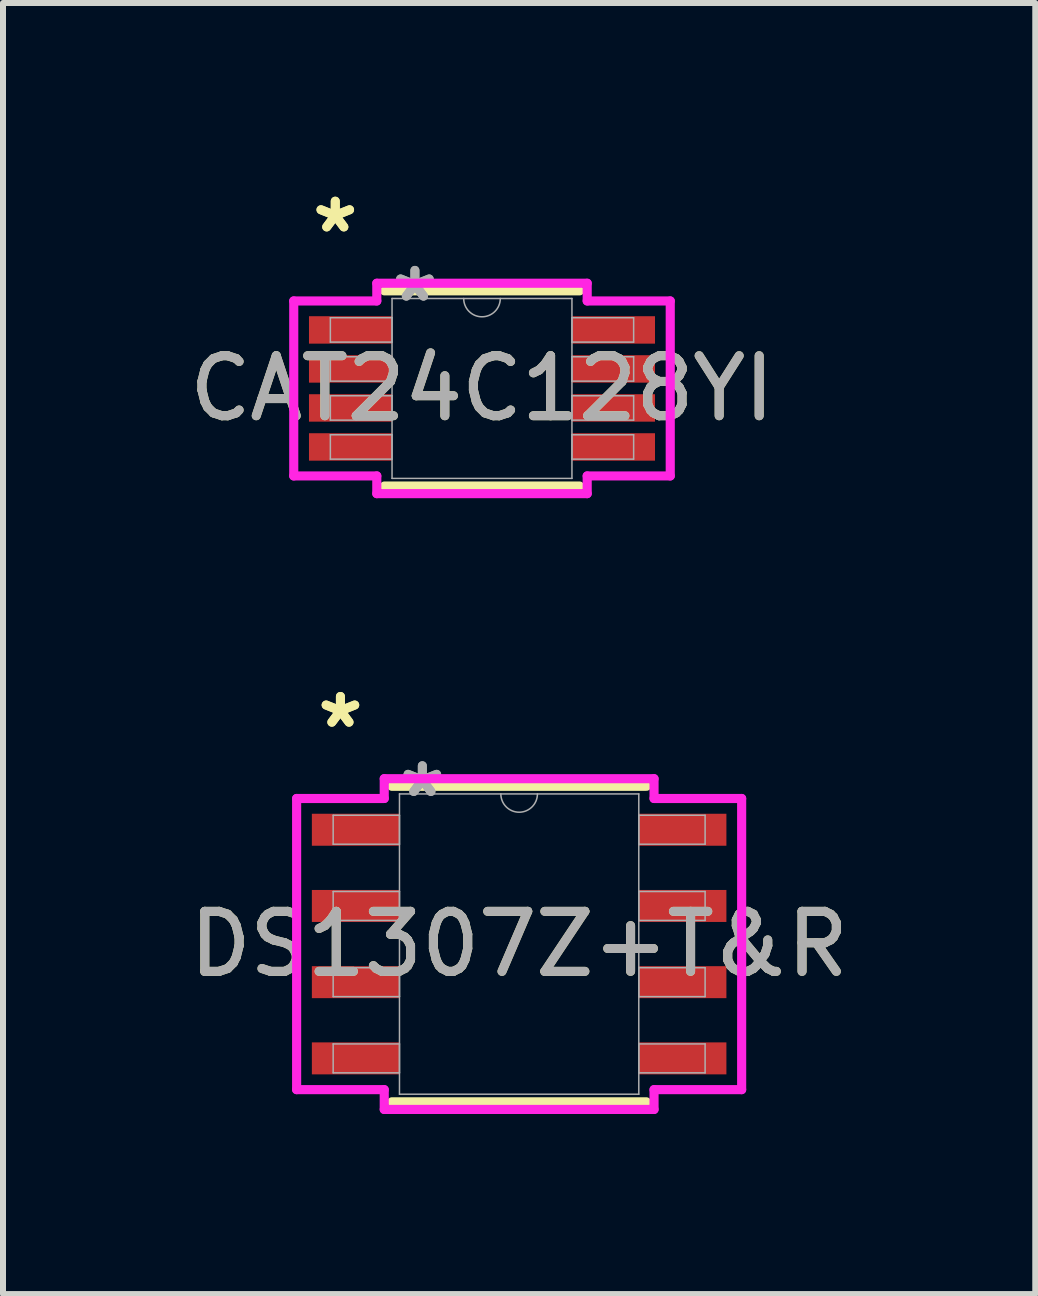
<source format=kicad_pcb>
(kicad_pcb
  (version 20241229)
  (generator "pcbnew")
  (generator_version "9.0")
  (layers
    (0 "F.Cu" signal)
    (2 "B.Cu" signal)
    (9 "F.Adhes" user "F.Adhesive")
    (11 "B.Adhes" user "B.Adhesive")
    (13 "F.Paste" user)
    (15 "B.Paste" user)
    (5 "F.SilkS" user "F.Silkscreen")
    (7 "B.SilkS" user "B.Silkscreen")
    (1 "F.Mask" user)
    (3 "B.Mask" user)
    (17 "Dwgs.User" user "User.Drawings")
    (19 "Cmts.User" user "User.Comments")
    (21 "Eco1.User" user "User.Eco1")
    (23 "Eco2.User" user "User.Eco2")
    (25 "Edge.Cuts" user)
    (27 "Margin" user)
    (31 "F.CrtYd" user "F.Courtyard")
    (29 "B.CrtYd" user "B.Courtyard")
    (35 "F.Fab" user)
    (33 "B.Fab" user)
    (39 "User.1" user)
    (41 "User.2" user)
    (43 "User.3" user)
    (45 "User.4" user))
  (footprint "CAT24C128YI"
    (layer "F.Cu")
    (at 4.982 3.423)
    (property "Reference" "CAT24C128YI" (at 0 0 0) (unlocked yes) (layer "F.SilkS") (effects (font (size 1 1) (thickness 0.15))))
    (attr smd)
    (fp_line (start -1.626 1.626) (end 1.626 1.626) (stroke (width 0.152) (type solid)) (layer "F.SilkS"))
    (fp_line (start 1.626 -1.626) (end -1.626 -1.626) (stroke (width 0.152) (type solid)) (layer "F.SilkS"))
    (fp_line (start -3.137 -1.458) (end -1.753 -1.458) (stroke (width 0.152) (type solid)) (layer "F.CrtYd"))
    (fp_line (start -3.137 1.458) (end -3.137 -1.458) (stroke (width 0.152) (type solid)) (layer "F.CrtYd"))
    (fp_line (start -3.137 1.458) (end -1.753 1.458) (stroke (width 0.152) (type solid)) (layer "F.CrtYd"))
    (fp_line (start -1.753 -1.753) (end 1.753 -1.753) (stroke (width 0.152) (type solid)) (layer "F.CrtYd"))
    (fp_line (start -1.753 -1.458) (end -1.753 -1.753) (stroke (width 0.152) (type solid)) (layer "F.CrtYd"))
    (fp_line (start -1.753 1.753) (end -1.753 1.458) (stroke (width 0.152) (type solid)) (layer "F.CrtYd"))
    (fp_line (start 1.753 -1.753) (end 1.753 -1.458) (stroke (width 0.152) (type solid)) (layer "F.CrtYd"))
    (fp_line (start 1.753 1.458) (end 1.753 1.753) (stroke (width 0.152) (type solid)) (layer "F.CrtYd"))
    (fp_line (start 1.753 1.753) (end -1.753 1.753) (stroke (width 0.152) (type solid)) (layer "F.CrtYd"))
    (fp_line (start 3.137 -1.458) (end 1.753 -1.458) (stroke (width 0.152) (type solid)) (layer "F.CrtYd"))
    (fp_line (start 3.137 -1.458) (end 3.137 1.458) (stroke (width 0.152) (type solid)) (layer "F.CrtYd"))
    (fp_line (start 3.137 1.458) (end 1.753 1.458) (stroke (width 0.152) (type solid)) (layer "F.CrtYd"))
    (fp_line (start -2.527 -1.178) (end -2.527 -0.772) (stroke (width 0.025) (type solid)) (layer "F.Fab"))
    (fp_line (start -2.527 -0.772) (end -1.499 -0.772) (stroke (width 0.025) (type solid)) (layer "F.Fab"))
    (fp_line (start -2.527 -0.528) (end -2.527 -0.122) (stroke (width 0.025) (type solid)) (layer "F.Fab"))
    (fp_line (start -2.527 -0.122) (end -1.499 -0.122) (stroke (width 0.025) (type solid)) (layer "F.Fab"))
    (fp_line (start -2.527 0.122) (end -2.527 0.528) (stroke (width 0.025) (type solid)) (layer "F.Fab"))
    (fp_line (start -2.527 0.528) (end -1.499 0.528) (stroke (width 0.025) (type solid)) (layer "F.Fab"))
    (fp_line (start -2.527 0.772) (end -2.527 1.178) (stroke (width 0.025) (type solid)) (layer "F.Fab"))
    (fp_line (start -2.527 1.178) (end -1.499 1.178) (stroke (width 0.025) (type solid)) (layer "F.Fab"))
    (fp_line (start -1.499 -1.499) (end -1.499 1.499) (stroke (width 0.025) (type solid)) (layer "F.Fab"))
    (fp_line (start -1.499 -1.178) (end -2.527 -1.178) (stroke (width 0.025) (type solid)) (layer "F.Fab"))
    (fp_line (start -1.499 -0.772) (end -1.499 -1.178) (stroke (width 0.025) (type solid)) (layer "F.Fab"))
    (fp_line (start -1.499 -0.528) (end -2.527 -0.528) (stroke (width 0.025) (type solid)) (layer "F.Fab"))
    (fp_line (start -1.499 -0.122) (end -1.499 -0.528) (stroke (width 0.025) (type solid)) (layer "F.Fab"))
    (fp_line (start -1.499 0.122) (end -2.527 0.122) (stroke (width 0.025) (type solid)) (layer "F.Fab"))
    (fp_line (start -1.499 0.528) (end -1.499 0.122) (stroke (width 0.025) (type solid)) (layer "F.Fab"))
    (fp_line (start -1.499 0.772) (end -2.527 0.772) (stroke (width 0.025) (type solid)) (layer "F.Fab"))
    (fp_line (start -1.499 1.178) (end -1.499 0.772) (stroke (width 0.025) (type solid)) (layer "F.Fab"))
    (fp_line (start -1.499 1.499) (end 1.499 1.499) (stroke (width 0.025) (type solid)) (layer "F.Fab"))
    (fp_line (start 1.499 -1.499) (end -1.499 -1.499) (stroke (width 0.025) (type solid)) (layer "F.Fab"))
    (fp_line (start 1.499 -1.178) (end 1.499 -0.772) (stroke (width 0.025) (type solid)) (layer "F.Fab"))
    (fp_line (start 1.499 -0.772) (end 2.527 -0.772) (stroke (width 0.025) (type solid)) (layer "F.Fab"))
    (fp_line (start 1.499 -0.528) (end 1.499 -0.122) (stroke (width 0.025) (type solid)) (layer "F.Fab"))
    (fp_line (start 1.499 -0.122) (end 2.527 -0.122) (stroke (width 0.025) (type solid)) (layer "F.Fab"))
    (fp_line (start 1.499 0.122) (end 1.499 0.528) (stroke (width 0.025) (type solid)) (layer "F.Fab"))
    (fp_line (start 1.499 0.528) (end 2.527 0.528) (stroke (width 0.025) (type solid)) (layer "F.Fab"))
    (fp_line (start 1.499 0.772) (end 1.499 1.178) (stroke (width 0.025) (type solid)) (layer "F.Fab"))
    (fp_line (start 1.499 1.178) (end 2.527 1.178) (stroke (width 0.025) (type solid)) (layer "F.Fab"))
    (fp_line (start 1.499 1.499) (end 1.499 -1.499) (stroke (width 0.025) (type solid)) (layer "F.Fab"))
    (fp_line (start 2.527 -1.178) (end 1.499 -1.178) (stroke (width 0.025) (type solid)) (layer "F.Fab"))
    (fp_line (start 2.527 -0.772) (end 2.527 -1.178) (stroke (width 0.025) (type solid)) (layer "F.Fab"))
    (fp_line (start 2.527 -0.528) (end 1.499 -0.528) (stroke (width 0.025) (type solid)) (layer "F.Fab"))
    (fp_line (start 2.527 -0.122) (end 2.527 -0.528) (stroke (width 0.025) (type solid)) (layer "F.Fab"))
    (fp_line (start 2.527 0.122) (end 1.499 0.122) (stroke (width 0.025) (type solid)) (layer "F.Fab"))
    (fp_line (start 2.527 0.528) (end 2.527 0.122) (stroke (width 0.025) (type solid)) (layer "F.Fab"))
    (fp_line (start 2.527 0.772) (end 1.499 0.772) (stroke (width 0.025) (type solid)) (layer "F.Fab"))
    (fp_line (start 2.527 1.178) (end 2.527 0.772) (stroke (width 0.025) (type solid)) (layer "F.Fab"))
    (fp_arc (start 0.3048 -1.4986) (mid 0 -1.1938) (end -0.3048 -1.4986) (stroke (width 0.0254) (type solid)) (layer "F.Fab"))
    (fp_text user "*" (at -2.445 -2.575 0) (unlocked yes) (layer "F.SilkS") (effects (font (size 1 1) (thickness 0.15))))
    (fp_text user "*" (at -2.445 -2.575 0) (layer "F.SilkS") (effects (font (size 1 1) (thickness 0.15))))
    (fp_text user "${REFERENCE}" (at 0 0 0) (unlocked yes) (layer "F.Fab") (effects (font (size 1 1) (thickness 0.15))))
    (fp_text user "*" (at -1.118 -1.422 0) (unlocked yes) (layer "F.Fab") (effects (font (size 1 1) (thickness 0.15))))
    (fp_text user "*" (at -1.118 -1.422 0) (layer "F.Fab") (effects (font (size 1 1) (thickness 0.15))))
    (pad "1" smd rect (at -2.191 -0.975) (size 1.384 0.457) (layers "F.Cu" "F.Mask" "F.Paste"))
    (pad "2" smd rect (at -2.191 -0.325) (size 1.384 0.457) (layers "F.Cu" "F.Mask" "F.Paste"))
    (pad "3" smd rect (at -2.191 0.325) (size 1.384 0.457) (layers "F.Cu" "F.Mask" "F.Paste"))
    (pad "4" smd rect (at -2.191 0.975) (size 1.384 0.457) (layers "F.Cu" "F.Mask" "F.Paste"))
    (pad "5" smd rect (at 2.191 0.975) (size 1.384 0.457) (layers "F.Cu" "F.Mask" "F.Paste"))
    (pad "6" smd rect (at 2.191 0.325) (size 1.384 0.457) (layers "F.Cu" "F.Mask" "F.Paste"))
    (pad "7" smd rect (at 2.191 -0.325) (size 1.384 0.457) (layers "F.Cu" "F.Mask" "F.Paste"))
    (pad "8" smd rect (at 2.191 -0.975) (size 1.384 0.457) (layers "F.Cu" "F.Mask" "F.Paste")))
  (footprint "DS1307Z+T&R"
    (layer "F.Cu")
    (at 5.601 12.682)
    (property "Reference" "DS1307Z+T&R" (at 0 0 0) (unlocked yes) (layer "F.SilkS") (effects (font (size 1 1) (thickness 0.15))))
    (attr smd)
    (fp_line (start -2.121 2.629) (end 2.121 2.629) (stroke (width 0.152) (type solid)) (layer "F.SilkS"))
    (fp_line (start 2.121 -2.629) (end -2.121 -2.629) (stroke (width 0.152) (type solid)) (layer "F.SilkS"))
    (fp_line (start -3.708 -2.426) (end -2.248 -2.426) (stroke (width 0.152) (type solid)) (layer "F.CrtYd"))
    (fp_line (start -3.708 2.426) (end -3.708 -2.426) (stroke (width 0.152) (type solid)) (layer "F.CrtYd"))
    (fp_line (start -3.708 2.426) (end -2.248 2.426) (stroke (width 0.152) (type solid)) (layer "F.CrtYd"))
    (fp_line (start -2.248 -2.756) (end 2.248 -2.756) (stroke (width 0.152) (type solid)) (layer "F.CrtYd"))
    (fp_line (start -2.248 -2.426) (end -2.248 -2.756) (stroke (width 0.152) (type solid)) (layer "F.CrtYd"))
    (fp_line (start -2.248 2.756) (end -2.248 2.426) (stroke (width 0.152) (type solid)) (layer "F.CrtYd"))
    (fp_line (start 2.248 -2.756) (end 2.248 -2.426) (stroke (width 0.152) (type solid)) (layer "F.CrtYd"))
    (fp_line (start 2.248 2.426) (end 2.248 2.756) (stroke (width 0.152) (type solid)) (layer "F.CrtYd"))
    (fp_line (start 2.248 2.756) (end -2.248 2.756) (stroke (width 0.152) (type solid)) (layer "F.CrtYd"))
    (fp_line (start 3.708 -2.426) (end 2.248 -2.426) (stroke (width 0.152) (type solid)) (layer "F.CrtYd"))
    (fp_line (start 3.708 -2.426) (end 3.708 2.426) (stroke (width 0.152) (type solid)) (layer "F.CrtYd"))
    (fp_line (start 3.708 2.426) (end 2.248 2.426) (stroke (width 0.152) (type solid)) (layer "F.CrtYd"))
    (fp_line (start -3.099 -2.146) (end -3.099 -1.664) (stroke (width 0.025) (type solid)) (layer "F.Fab"))
    (fp_line (start -3.099 -1.664) (end -1.994 -1.664) (stroke (width 0.025) (type solid)) (layer "F.Fab"))
    (fp_line (start -3.099 -0.876) (end -3.099 -0.394) (stroke (width 0.025) (type solid)) (layer "F.Fab"))
    (fp_line (start -3.099 -0.394) (end -1.994 -0.394) (stroke (width 0.025) (type solid)) (layer "F.Fab"))
    (fp_line (start -3.099 0.394) (end -3.099 0.876) (stroke (width 0.025) (type solid)) (layer "F.Fab"))
    (fp_line (start -3.099 0.876) (end -1.994 0.876) (stroke (width 0.025) (type solid)) (layer "F.Fab"))
    (fp_line (start -3.099 1.664) (end -3.099 2.146) (stroke (width 0.025) (type solid)) (layer "F.Fab"))
    (fp_line (start -3.099 2.146) (end -1.994 2.146) (stroke (width 0.025) (type solid)) (layer "F.Fab"))
    (fp_line (start -1.994 -2.502) (end -1.994 2.502) (stroke (width 0.025) (type solid)) (layer "F.Fab"))
    (fp_line (start -1.994 -2.146) (end -3.099 -2.146) (stroke (width 0.025) (type solid)) (layer "F.Fab"))
    (fp_line (start -1.994 -1.664) (end -1.994 -2.146) (stroke (width 0.025) (type solid)) (layer "F.Fab"))
    (fp_line (start -1.994 -0.876) (end -3.099 -0.876) (stroke (width 0.025) (type solid)) (layer "F.Fab"))
    (fp_line (start -1.994 -0.394) (end -1.994 -0.876) (stroke (width 0.025) (type solid)) (layer "F.Fab"))
    (fp_line (start -1.994 0.394) (end -3.099 0.394) (stroke (width 0.025) (type solid)) (layer "F.Fab"))
    (fp_line (start -1.994 0.876) (end -1.994 0.394) (stroke (width 0.025) (type solid)) (layer "F.Fab"))
    (fp_line (start -1.994 1.664) (end -3.099 1.664) (stroke (width 0.025) (type solid)) (layer "F.Fab"))
    (fp_line (start -1.994 2.146) (end -1.994 1.664) (stroke (width 0.025) (type solid)) (layer "F.Fab"))
    (fp_line (start -1.994 2.502) (end 1.994 2.502) (stroke (width 0.025) (type solid)) (layer "F.Fab"))
    (fp_line (start 1.994 -2.502) (end -1.994 -2.502) (stroke (width 0.025) (type solid)) (layer "F.Fab"))
    (fp_line (start 1.994 -2.146) (end 1.994 -1.664) (stroke (width 0.025) (type solid)) (layer "F.Fab"))
    (fp_line (start 1.994 -1.664) (end 3.099 -1.664) (stroke (width 0.025) (type solid)) (layer "F.Fab"))
    (fp_line (start 1.994 -0.876) (end 1.994 -0.394) (stroke (width 0.025) (type solid)) (layer "F.Fab"))
    (fp_line (start 1.994 -0.394) (end 3.099 -0.394) (stroke (width 0.025) (type solid)) (layer "F.Fab"))
    (fp_line (start 1.994 0.394) (end 1.994 0.876) (stroke (width 0.025) (type solid)) (layer "F.Fab"))
    (fp_line (start 1.994 0.876) (end 3.099 0.876) (stroke (width 0.025) (type solid)) (layer "F.Fab"))
    (fp_line (start 1.994 1.664) (end 1.994 2.146) (stroke (width 0.025) (type solid)) (layer "F.Fab"))
    (fp_line (start 1.994 2.146) (end 3.099 2.146) (stroke (width 0.025) (type solid)) (layer "F.Fab"))
    (fp_line (start 1.994 2.502) (end 1.994 -2.502) (stroke (width 0.025) (type solid)) (layer "F.Fab"))
    (fp_line (start 3.099 -2.146) (end 1.994 -2.146) (stroke (width 0.025) (type solid)) (layer "F.Fab"))
    (fp_line (start 3.099 -1.664) (end 3.099 -2.146) (stroke (width 0.025) (type solid)) (layer "F.Fab"))
    (fp_line (start 3.099 -0.876) (end 1.994 -0.876) (stroke (width 0.025) (type solid)) (layer "F.Fab"))
    (fp_line (start 3.099 -0.394) (end 3.099 -0.876) (stroke (width 0.025) (type solid)) (layer "F.Fab"))
    (fp_line (start 3.099 0.394) (end 1.994 0.394) (stroke (width 0.025) (type solid)) (layer "F.Fab"))
    (fp_line (start 3.099 0.876) (end 3.099 0.394) (stroke (width 0.025) (type solid)) (layer "F.Fab"))
    (fp_line (start 3.099 1.664) (end 1.994 1.664) (stroke (width 0.025) (type solid)) (layer "F.Fab"))
    (fp_line (start 3.099 2.146) (end 3.099 1.664) (stroke (width 0.025) (type solid)) (layer "F.Fab"))
    (fp_arc (start 0.3048 -2.5019) (mid 0 -2.1971) (end -0.3048 -2.5019) (stroke (width 0.0254) (type solid)) (layer "F.Fab"))
    (fp_text user "*" (at -2.978 -3.581 0) (layer "F.SilkS") (effects (font (size 1 1) (thickness 0.15))))
    (fp_text user "*" (at -2.978 -3.581 0) (unlocked yes) (layer "F.SilkS") (effects (font (size 1 1) (thickness 0.15))))
    (fp_text user "*" (at -1.613 -2.426 0) (unlocked yes) (layer "F.Fab") (effects (font (size 1 1) (thickness 0.15))))
    (fp_text user "*" (at -1.613 -2.426 0) (layer "F.Fab") (effects (font (size 1 1) (thickness 0.15))))
    (fp_text user "${REFERENCE}" (at 0 0 0) (unlocked yes) (layer "F.Fab") (effects (font (size 1 1) (thickness 0.15))))
    (pad "1" smd rect (at -2.724 -1.905) (size 1.46 0.533) (layers "F.Cu" "F.Mask" "F.Paste"))
    (pad "2" smd rect (at -2.724 -0.635) (size 1.46 0.533) (layers "F.Cu" "F.Mask" "F.Paste"))
    (pad "3" smd rect (at -2.724 0.635) (size 1.46 0.533) (layers "F.Cu" "F.Mask" "F.Paste"))
    (pad "4" smd rect (at -2.724 1.905) (size 1.46 0.533) (layers "F.Cu" "F.Mask" "F.Paste"))
    (pad "5" smd rect (at 2.724 1.905) (size 1.46 0.533) (layers "F.Cu" "F.Mask" "F.Paste"))
    (pad "6" smd rect (at 2.724 0.635) (size 1.46 0.533) (layers "F.Cu" "F.Mask" "F.Paste"))
    (pad "7" smd rect (at 2.724 -0.635) (size 1.46 0.533) (layers "F.Cu" "F.Mask" "F.Paste"))
    (pad "8" smd rect (at 2.724 -1.905) (size 1.46 0.533) (layers "F.Cu" "F.Mask" "F.Paste")))
  (gr_rect
    (start -3 -3)
    (end 14.202 18.514)
    (stroke (width 0.1) (type default))
    (fill no)
    (layer "Edge.Cuts")))
</source>
